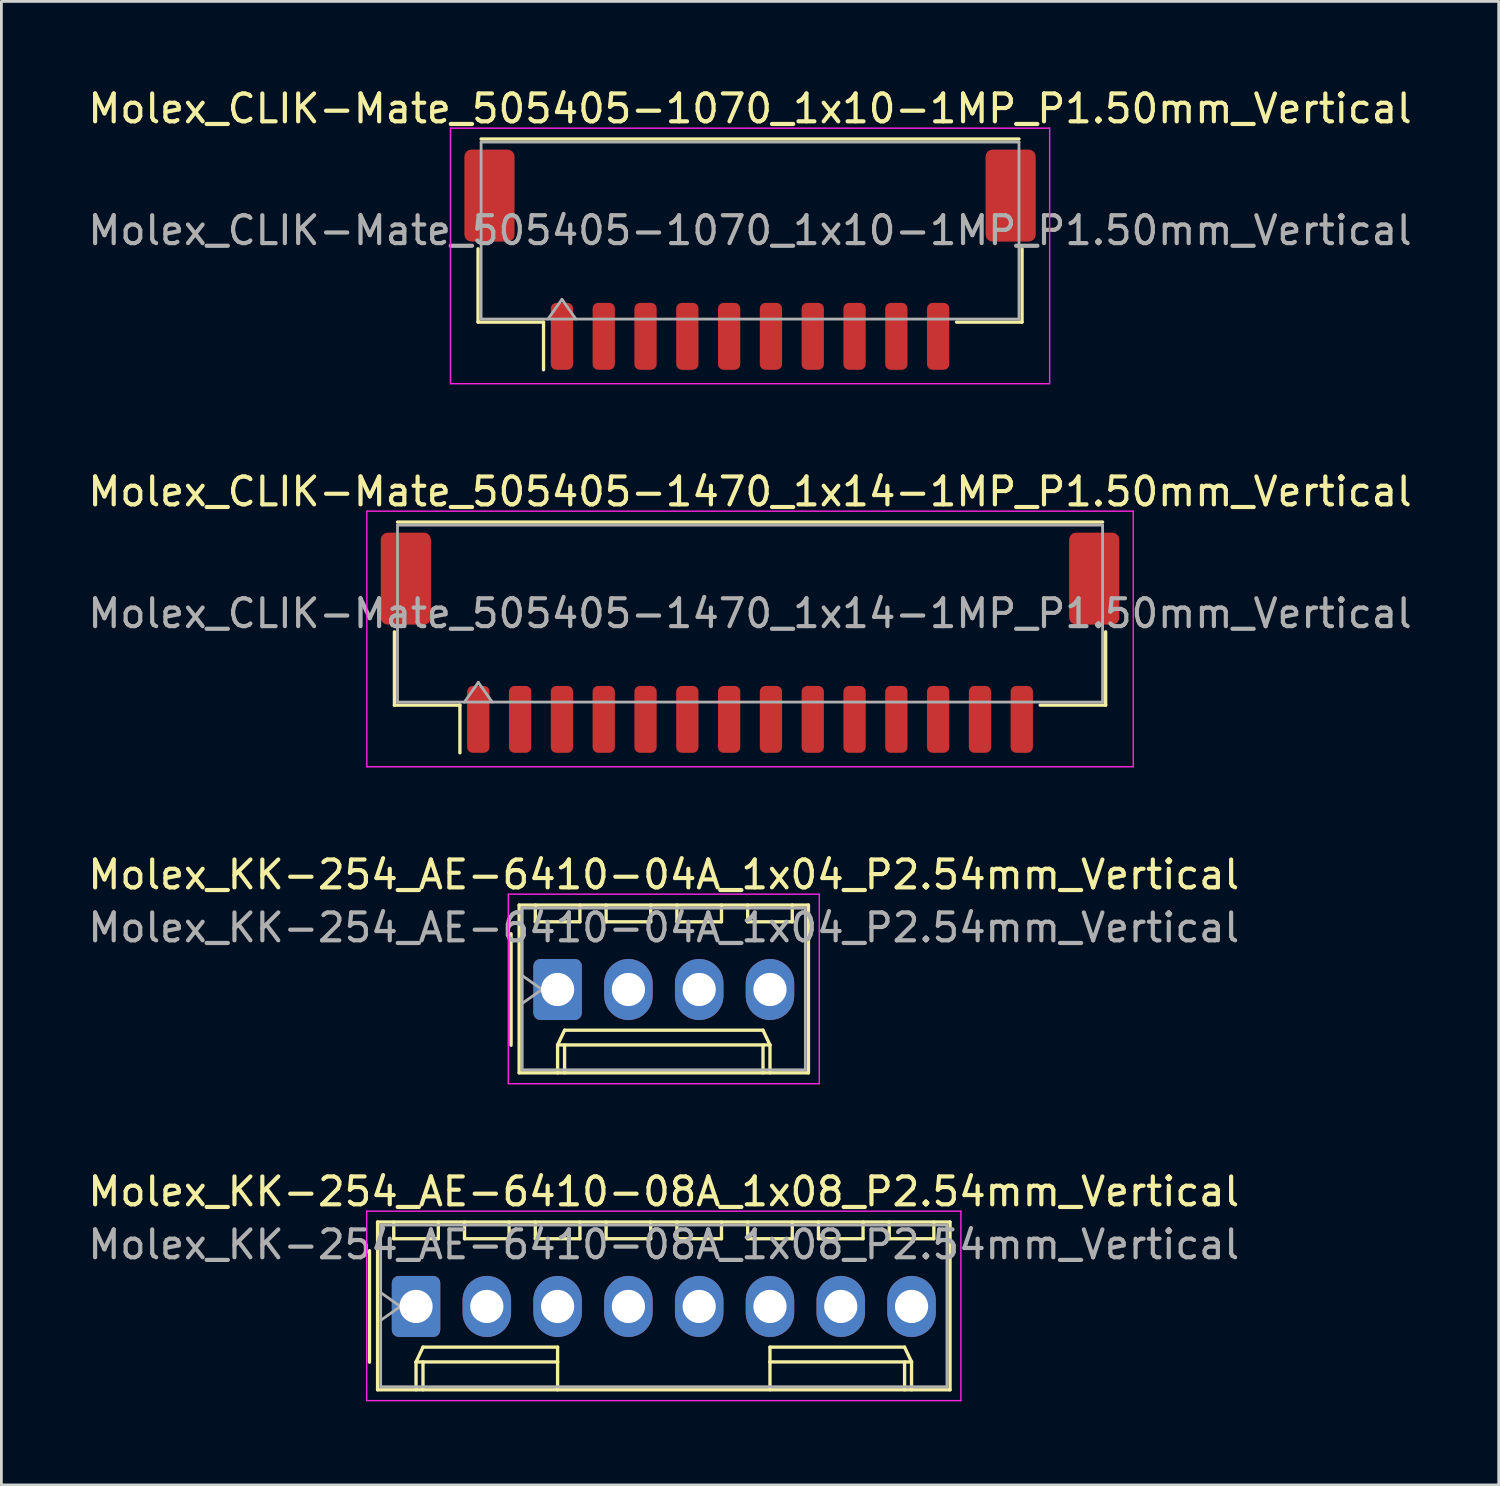
<source format=kicad_pcb>
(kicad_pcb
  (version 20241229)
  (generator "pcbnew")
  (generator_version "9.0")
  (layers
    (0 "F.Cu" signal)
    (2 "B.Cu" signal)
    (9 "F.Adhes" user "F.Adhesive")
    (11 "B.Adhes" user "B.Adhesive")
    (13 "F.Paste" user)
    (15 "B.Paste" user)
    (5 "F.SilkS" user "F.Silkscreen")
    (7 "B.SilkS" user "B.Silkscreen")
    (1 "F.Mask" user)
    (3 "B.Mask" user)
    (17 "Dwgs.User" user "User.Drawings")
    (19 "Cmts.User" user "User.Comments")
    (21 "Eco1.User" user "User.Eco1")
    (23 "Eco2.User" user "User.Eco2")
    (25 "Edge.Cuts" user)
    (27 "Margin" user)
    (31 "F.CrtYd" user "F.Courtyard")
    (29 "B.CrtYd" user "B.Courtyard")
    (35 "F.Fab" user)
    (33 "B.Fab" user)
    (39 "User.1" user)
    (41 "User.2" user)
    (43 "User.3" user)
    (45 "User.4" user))
  (footprint "Molex_CLIK-Mate_505405-1470_1x14-1MP_P1.50mm_Vertical"
    (layer "F.Cu")
    (at 23.863 20.012)
    (property "Reference" "Molex_CLIK-Mate_505405-1470_1x14-1MP_P1.50mm_Vertical" (at 0 -5.42 0) (layer "F.SilkS") (effects (font (size 1 1) (thickness 0.15))))
    (attr smd)
    (fp_line (start -12.76 -0.39) (end -12.76 2.24) (stroke (width 0.12) (type solid)) (layer "F.SilkS"))
    (fp_line (start -12.76 2.24) (end -10.41 2.24) (stroke (width 0.12) (type solid)) (layer "F.SilkS"))
    (fp_line (start -12.65 -4.33) (end 12.65 -4.33) (stroke (width 0.12) (type solid)) (layer "F.SilkS"))
    (fp_line (start -10.41 2.24) (end -10.41 3.95) (stroke (width 0.12) (type solid)) (layer "F.SilkS"))
    (fp_line (start 12.76 -0.39) (end 12.76 2.24) (stroke (width 0.12) (type solid)) (layer "F.SilkS"))
    (fp_line (start 12.76 2.24) (end 10.41 2.24) (stroke (width 0.12) (type solid)) (layer "F.SilkS"))
    (fp_line (start -13.75 -4.72) (end -13.75 4.45) (stroke (width 0.05) (type solid)) (layer "F.CrtYd"))
    (fp_line (start -13.75 4.45) (end 13.75 4.45) (stroke (width 0.05) (type solid)) (layer "F.CrtYd"))
    (fp_line (start 13.75 -4.72) (end -13.75 -4.72) (stroke (width 0.05) (type solid)) (layer "F.CrtYd"))
    (fp_line (start 13.75 4.45) (end 13.75 -4.72) (stroke (width 0.05) (type solid)) (layer "F.CrtYd"))
    (fp_line (start -12.65 -4.22) (end 12.65 -4.22) (stroke (width 0.1) (type solid)) (layer "F.Fab"))
    (fp_line (start -12.65 2.13) (end -12.65 -4.22) (stroke (width 0.1) (type solid)) (layer "F.Fab"))
    (fp_line (start -12.65 2.13) (end 12.65 2.13) (stroke (width 0.1) (type solid)) (layer "F.Fab"))
    (fp_line (start -10.25 2.13) (end -9.75 1.423) (stroke (width 0.1) (type solid)) (layer "F.Fab"))
    (fp_line (start -9.75 1.423) (end -9.25 2.13) (stroke (width 0.1) (type solid)) (layer "F.Fab"))
    (fp_line (start 12.65 2.13) (end 12.65 -4.22) (stroke (width 0.1) (type solid)) (layer "F.Fab"))
    (fp_text user "${REFERENCE}" (at 0 -1.05 0) (layer "F.Fab") (effects (font (size 1 1) (thickness 0.15))))
    (pad "1" smd roundrect (at -9.75 2.75) (size 0.8 2.4) (layers "F.Cu" "F.Mask" "F.Paste") (roundrect_rratio 0.25))
    (pad "2" smd roundrect (at -8.25 2.75) (size 0.8 2.4) (layers "F.Cu" "F.Mask" "F.Paste") (roundrect_rratio 0.25))
    (pad "3" smd roundrect (at -6.75 2.75) (size 0.8 2.4) (layers "F.Cu" "F.Mask" "F.Paste") (roundrect_rratio 0.25))
    (pad "4" smd roundrect (at -5.25 2.75) (size 0.8 2.4) (layers "F.Cu" "F.Mask" "F.Paste") (roundrect_rratio 0.25))
    (pad "5" smd roundrect (at -3.75 2.75) (size 0.8 2.4) (layers "F.Cu" "F.Mask" "F.Paste") (roundrect_rratio 0.25))
    (pad "6" smd roundrect (at -2.25 2.75) (size 0.8 2.4) (layers "F.Cu" "F.Mask" "F.Paste") (roundrect_rratio 0.25))
    (pad "7" smd roundrect (at -0.75 2.75) (size 0.8 2.4) (layers "F.Cu" "F.Mask" "F.Paste") (roundrect_rratio 0.25))
    (pad "8" smd roundrect (at 0.75 2.75) (size 0.8 2.4) (layers "F.Cu" "F.Mask" "F.Paste") (roundrect_rratio 0.25))
    (pad "9" smd roundrect (at 2.25 2.75) (size 0.8 2.4) (layers "F.Cu" "F.Mask" "F.Paste") (roundrect_rratio 0.25))
    (pad "10" smd roundrect (at 3.75 2.75) (size 0.8 2.4) (layers "F.Cu" "F.Mask" "F.Paste") (roundrect_rratio 0.25))
    (pad "11" smd roundrect (at 5.25 2.75) (size 0.8 2.4) (layers "F.Cu" "F.Mask" "F.Paste") (roundrect_rratio 0.25))
    (pad "12" smd roundrect (at 6.75 2.75) (size 0.8 2.4) (layers "F.Cu" "F.Mask" "F.Paste") (roundrect_rratio 0.25))
    (pad "13" smd roundrect (at 8.25 2.75) (size 0.8 2.4) (layers "F.Cu" "F.Mask" "F.Paste") (roundrect_rratio 0.25))
    (pad "14" smd roundrect (at 9.75 2.75) (size 0.8 2.4) (layers "F.Cu" "F.Mask" "F.Paste") (roundrect_rratio 0.25))
    (pad "MP" smd roundrect (at -12.35 -2.3) (size 1.8 3.3) (layers "F.Cu" "F.Mask" "F.Paste") (roundrect_rratio 0.139))
    (pad "MP" smd roundrect (at 12.35 -2.3) (size 1.8 3.3) (layers "F.Cu" "F.Mask" "F.Paste") (roundrect_rratio 0.139)))
  (footprint "Molex_CLIK-Mate_505405-1070_1x10-1MP_P1.50mm_Vertical"
    (layer "F.Cu")
    (at 23.863 6.268)
    (property "Reference" "Molex_CLIK-Mate_505405-1070_1x10-1MP_P1.50mm_Vertical" (at 0 -5.42 0) (layer "F.SilkS") (effects (font (size 1 1) (thickness 0.15))))
    (attr smd)
    (fp_line (start -9.76 -0.39) (end -9.76 2.24) (stroke (width 0.12) (type solid)) (layer "F.SilkS"))
    (fp_line (start -9.76 2.24) (end -7.41 2.24) (stroke (width 0.12) (type solid)) (layer "F.SilkS"))
    (fp_line (start -9.65 -4.33) (end 9.65 -4.33) (stroke (width 0.12) (type solid)) (layer "F.SilkS"))
    (fp_line (start -7.41 2.24) (end -7.41 3.95) (stroke (width 0.12) (type solid)) (layer "F.SilkS"))
    (fp_line (start 9.76 -0.39) (end 9.76 2.24) (stroke (width 0.12) (type solid)) (layer "F.SilkS"))
    (fp_line (start 9.76 2.24) (end 7.41 2.24) (stroke (width 0.12) (type solid)) (layer "F.SilkS"))
    (fp_line (start -10.75 -4.72) (end -10.75 4.45) (stroke (width 0.05) (type solid)) (layer "F.CrtYd"))
    (fp_line (start -10.75 4.45) (end 10.75 4.45) (stroke (width 0.05) (type solid)) (layer "F.CrtYd"))
    (fp_line (start 10.75 -4.72) (end -10.75 -4.72) (stroke (width 0.05) (type solid)) (layer "F.CrtYd"))
    (fp_line (start 10.75 4.45) (end 10.75 -4.72) (stroke (width 0.05) (type solid)) (layer "F.CrtYd"))
    (fp_line (start -9.65 -4.22) (end 9.65 -4.22) (stroke (width 0.1) (type solid)) (layer "F.Fab"))
    (fp_line (start -9.65 2.13) (end -9.65 -4.22) (stroke (width 0.1) (type solid)) (layer "F.Fab"))
    (fp_line (start -9.65 2.13) (end 9.65 2.13) (stroke (width 0.1) (type solid)) (layer "F.Fab"))
    (fp_line (start -7.25 2.13) (end -6.75 1.423) (stroke (width 0.1) (type solid)) (layer "F.Fab"))
    (fp_line (start -6.75 1.423) (end -6.25 2.13) (stroke (width 0.1) (type solid)) (layer "F.Fab"))
    (fp_line (start 9.65 2.13) (end 9.65 -4.22) (stroke (width 0.1) (type solid)) (layer "F.Fab"))
    (fp_text user "${REFERENCE}" (at 0 -1.05 0) (layer "F.Fab") (effects (font (size 1 1) (thickness 0.15))))
    (pad "1" smd roundrect (at -6.75 2.75) (size 0.8 2.4) (layers "F.Cu" "F.Mask" "F.Paste") (roundrect_rratio 0.25))
    (pad "2" smd roundrect (at -5.25 2.75) (size 0.8 2.4) (layers "F.Cu" "F.Mask" "F.Paste") (roundrect_rratio 0.25))
    (pad "3" smd roundrect (at -3.75 2.75) (size 0.8 2.4) (layers "F.Cu" "F.Mask" "F.Paste") (roundrect_rratio 0.25))
    (pad "4" smd roundrect (at -2.25 2.75) (size 0.8 2.4) (layers "F.Cu" "F.Mask" "F.Paste") (roundrect_rratio 0.25))
    (pad "5" smd roundrect (at -0.75 2.75) (size 0.8 2.4) (layers "F.Cu" "F.Mask" "F.Paste") (roundrect_rratio 0.25))
    (pad "6" smd roundrect (at 0.75 2.75) (size 0.8 2.4) (layers "F.Cu" "F.Mask" "F.Paste") (roundrect_rratio 0.25))
    (pad "7" smd roundrect (at 2.25 2.75) (size 0.8 2.4) (layers "F.Cu" "F.Mask" "F.Paste") (roundrect_rratio 0.25))
    (pad "8" smd roundrect (at 3.75 2.75) (size 0.8 2.4) (layers "F.Cu" "F.Mask" "F.Paste") (roundrect_rratio 0.25))
    (pad "9" smd roundrect (at 5.25 2.75) (size 0.8 2.4) (layers "F.Cu" "F.Mask" "F.Paste") (roundrect_rratio 0.25))
    (pad "10" smd roundrect (at 6.75 2.75) (size 0.8 2.4) (layers "F.Cu" "F.Mask" "F.Paste") (roundrect_rratio 0.25))
    (pad "MP" smd roundrect (at -9.35 -2.3) (size 1.8 3.3) (layers "F.Cu" "F.Mask" "F.Paste") (roundrect_rratio 0.139))
    (pad "MP" smd roundrect (at 9.35 -2.3) (size 1.8 3.3) (layers "F.Cu" "F.Mask" "F.Paste") (roundrect_rratio 0.139)))
  (footprint "Molex_KK-254_AE-6410-04A_1x04_P2.54mm_Vertical"
    (layer "F.Cu")
    (at 16.958 32.455)
    (property "Reference" "Molex_KK-254_AE-6410-04A_1x04_P2.54mm_Vertical" (at 3.81 -4.12 0) (layer "F.SilkS") (effects (font (size 1 1) (thickness 0.15))))
    (attr through_hole)
    (fp_line (start -1.67 -2) (end -1.67 2) (stroke (width 0.12) (type solid)) (layer "F.SilkS"))
    (fp_line (start -1.38 -3.03) (end -1.38 2.99) (stroke (width 0.12) (type solid)) (layer "F.SilkS"))
    (fp_line (start -1.38 2.99) (end 9 2.99) (stroke (width 0.12) (type solid)) (layer "F.SilkS"))
    (fp_line (start -0.8 -3.03) (end -0.8 -2.43) (stroke (width 0.12) (type solid)) (layer "F.SilkS"))
    (fp_line (start -0.8 -2.43) (end 0.8 -2.43) (stroke (width 0.12) (type solid)) (layer "F.SilkS"))
    (fp_line (start 0 1.99) (end 0.25 1.46) (stroke (width 0.12) (type solid)) (layer "F.SilkS"))
    (fp_line (start 0 1.99) (end 7.62 1.99) (stroke (width 0.12) (type solid)) (layer "F.SilkS"))
    (fp_line (start 0 2.99) (end 0 1.99) (stroke (width 0.12) (type solid)) (layer "F.SilkS"))
    (fp_line (start 0.25 1.46) (end 7.37 1.46) (stroke (width 0.12) (type solid)) (layer "F.SilkS"))
    (fp_line (start 0.25 2.99) (end 0.25 1.99) (stroke (width 0.12) (type solid)) (layer "F.SilkS"))
    (fp_line (start 0.8 -2.43) (end 0.8 -3.03) (stroke (width 0.12) (type solid)) (layer "F.SilkS"))
    (fp_line (start 1.74 -3.03) (end 1.74 -2.43) (stroke (width 0.12) (type solid)) (layer "F.SilkS"))
    (fp_line (start 1.74 -2.43) (end 3.34 -2.43) (stroke (width 0.12) (type solid)) (layer "F.SilkS"))
    (fp_line (start 3.34 -2.43) (end 3.34 -3.03) (stroke (width 0.12) (type solid)) (layer "F.SilkS"))
    (fp_line (start 4.28 -3.03) (end 4.28 -2.43) (stroke (width 0.12) (type solid)) (layer "F.SilkS"))
    (fp_line (start 4.28 -2.43) (end 5.88 -2.43) (stroke (width 0.12) (type solid)) (layer "F.SilkS"))
    (fp_line (start 5.88 -2.43) (end 5.88 -3.03) (stroke (width 0.12) (type solid)) (layer "F.SilkS"))
    (fp_line (start 6.82 -3.03) (end 6.82 -2.43) (stroke (width 0.12) (type solid)) (layer "F.SilkS"))
    (fp_line (start 6.82 -2.43) (end 8.42 -2.43) (stroke (width 0.12) (type solid)) (layer "F.SilkS"))
    (fp_line (start 7.37 1.46) (end 7.62 1.99) (stroke (width 0.12) (type solid)) (layer "F.SilkS"))
    (fp_line (start 7.37 2.99) (end 7.37 1.99) (stroke (width 0.12) (type solid)) (layer "F.SilkS"))
    (fp_line (start 7.62 1.99) (end 7.62 2.99) (stroke (width 0.12) (type solid)) (layer "F.SilkS"))
    (fp_line (start 8.42 -2.43) (end 8.42 -3.03) (stroke (width 0.12) (type solid)) (layer "F.SilkS"))
    (fp_line (start 9 -3.03) (end -1.38 -3.03) (stroke (width 0.12) (type solid)) (layer "F.SilkS"))
    (fp_line (start 9 2.99) (end 9 -3.03) (stroke (width 0.12) (type solid)) (layer "F.SilkS"))
    (fp_line (start -1.77 -3.42) (end -1.77 3.38) (stroke (width 0.05) (type solid)) (layer "F.CrtYd"))
    (fp_line (start -1.77 3.38) (end 9.39 3.38) (stroke (width 0.05) (type solid)) (layer "F.CrtYd"))
    (fp_line (start 9.39 -3.42) (end -1.77 -3.42) (stroke (width 0.05) (type solid)) (layer "F.CrtYd"))
    (fp_line (start 9.39 3.38) (end 9.39 -3.42) (stroke (width 0.05) (type solid)) (layer "F.CrtYd"))
    (fp_line (start -1.27 -2.92) (end -1.27 2.88) (stroke (width 0.1) (type solid)) (layer "F.Fab"))
    (fp_line (start -1.27 -0.5) (end -0.563 0) (stroke (width 0.1) (type solid)) (layer "F.Fab"))
    (fp_line (start -1.27 2.88) (end 8.89 2.88) (stroke (width 0.1) (type solid)) (layer "F.Fab"))
    (fp_line (start -0.563 0) (end -1.27 0.5) (stroke (width 0.1) (type solid)) (layer "F.Fab"))
    (fp_line (start 8.89 -2.92) (end -1.27 -2.92) (stroke (width 0.1) (type solid)) (layer "F.Fab"))
    (fp_line (start 8.89 2.88) (end 8.89 -2.92) (stroke (width 0.1) (type solid)) (layer "F.Fab"))
    (fp_text user "${REFERENCE}" (at 3.81 -2.22 0) (layer "F.Fab") (effects (font (size 1 1) (thickness 0.15))))
    (pad "1" thru_hole roundrect (at 0 0) (size 1.74 2.19) (drill 1.19) (layers "*.Cu" "*.Mask") (roundrect_rratio 0.144))
    (pad "2" thru_hole oval (at 2.54 0) (size 1.74 2.19) (drill 1.19) (layers "*.Cu" "*.Mask"))
    (pad "3" thru_hole oval (at 5.08 0) (size 1.74 2.19) (drill 1.19) (layers "*.Cu" "*.Mask"))
    (pad "4" thru_hole oval (at 7.62 0) (size 1.74 2.19) (drill 1.19) (layers "*.Cu" "*.Mask")))
  (footprint "Molex_KK-254_AE-6410-08A_1x08_P2.54mm_Vertical"
    (layer "F.Cu")
    (at 11.878 43.828)
    (property "Reference" "Molex_KK-254_AE-6410-08A_1x08_P2.54mm_Vertical" (at 8.89 -4.12 0) (layer "F.SilkS") (effects (font (size 1 1) (thickness 0.15))))
    (attr through_hole)
    (fp_line (start -1.67 -2) (end -1.67 2) (stroke (width 0.12) (type solid)) (layer "F.SilkS"))
    (fp_line (start -1.38 -3.03) (end -1.38 2.99) (stroke (width 0.12) (type solid)) (layer "F.SilkS"))
    (fp_line (start -1.38 2.99) (end 19.16 2.99) (stroke (width 0.12) (type solid)) (layer "F.SilkS"))
    (fp_line (start -0.8 -3.03) (end -0.8 -2.43) (stroke (width 0.12) (type solid)) (layer "F.SilkS"))
    (fp_line (start -0.8 -2.43) (end 0.8 -2.43) (stroke (width 0.12) (type solid)) (layer "F.SilkS"))
    (fp_line (start 0 1.99) (end 0.25 1.46) (stroke (width 0.12) (type solid)) (layer "F.SilkS"))
    (fp_line (start 0 1.99) (end 5.08 1.99) (stroke (width 0.12) (type solid)) (layer "F.SilkS"))
    (fp_line (start 0 2.99) (end 0 1.99) (stroke (width 0.12) (type solid)) (layer "F.SilkS"))
    (fp_line (start 0.25 1.46) (end 5.08 1.46) (stroke (width 0.12) (type solid)) (layer "F.SilkS"))
    (fp_line (start 0.25 2.99) (end 0.25 1.99) (stroke (width 0.12) (type solid)) (layer "F.SilkS"))
    (fp_line (start 0.8 -2.43) (end 0.8 -3.03) (stroke (width 0.12) (type solid)) (layer "F.SilkS"))
    (fp_line (start 1.74 -3.03) (end 1.74 -2.43) (stroke (width 0.12) (type solid)) (layer "F.SilkS"))
    (fp_line (start 1.74 -2.43) (end 3.34 -2.43) (stroke (width 0.12) (type solid)) (layer "F.SilkS"))
    (fp_line (start 3.34 -2.43) (end 3.34 -3.03) (stroke (width 0.12) (type solid)) (layer "F.SilkS"))
    (fp_line (start 4.28 -3.03) (end 4.28 -2.43) (stroke (width 0.12) (type solid)) (layer "F.SilkS"))
    (fp_line (start 4.28 -2.43) (end 5.88 -2.43) (stroke (width 0.12) (type solid)) (layer "F.SilkS"))
    (fp_line (start 5.08 1.46) (end 5.08 1.99) (stroke (width 0.12) (type solid)) (layer "F.SilkS"))
    (fp_line (start 5.08 1.99) (end 5.08 2.99) (stroke (width 0.12) (type solid)) (layer "F.SilkS"))
    (fp_line (start 5.88 -2.43) (end 5.88 -3.03) (stroke (width 0.12) (type solid)) (layer "F.SilkS"))
    (fp_line (start 6.82 -3.03) (end 6.82 -2.43) (stroke (width 0.12) (type solid)) (layer "F.SilkS"))
    (fp_line (start 6.82 -2.43) (end 8.42 -2.43) (stroke (width 0.12) (type solid)) (layer "F.SilkS"))
    (fp_line (start 8.42 -2.43) (end 8.42 -3.03) (stroke (width 0.12) (type solid)) (layer "F.SilkS"))
    (fp_line (start 9.36 -3.03) (end 9.36 -2.43) (stroke (width 0.12) (type solid)) (layer "F.SilkS"))
    (fp_line (start 9.36 -2.43) (end 10.96 -2.43) (stroke (width 0.12) (type solid)) (layer "F.SilkS"))
    (fp_line (start 10.96 -2.43) (end 10.96 -3.03) (stroke (width 0.12) (type solid)) (layer "F.SilkS"))
    (fp_line (start 11.9 -3.03) (end 11.9 -2.43) (stroke (width 0.12) (type solid)) (layer "F.SilkS"))
    (fp_line (start 11.9 -2.43) (end 13.5 -2.43) (stroke (width 0.12) (type solid)) (layer "F.SilkS"))
    (fp_line (start 12.7 1.46) (end 12.7 1.99) (stroke (width 0.12) (type solid)) (layer "F.SilkS"))
    (fp_line (start 12.7 1.99) (end 12.7 2.99) (stroke (width 0.12) (type solid)) (layer "F.SilkS"))
    (fp_line (start 13.5 -2.43) (end 13.5 -3.03) (stroke (width 0.12) (type solid)) (layer "F.SilkS"))
    (fp_line (start 14.44 -3.03) (end 14.44 -2.43) (stroke (width 0.12) (type solid)) (layer "F.SilkS"))
    (fp_line (start 14.44 -2.43) (end 16.04 -2.43) (stroke (width 0.12) (type solid)) (layer "F.SilkS"))
    (fp_line (start 16.04 -2.43) (end 16.04 -3.03) (stroke (width 0.12) (type solid)) (layer "F.SilkS"))
    (fp_line (start 16.98 -3.03) (end 16.98 -2.43) (stroke (width 0.12) (type solid)) (layer "F.SilkS"))
    (fp_line (start 16.98 -2.43) (end 18.58 -2.43) (stroke (width 0.12) (type solid)) (layer "F.SilkS"))
    (fp_line (start 17.53 1.46) (end 12.7 1.46) (stroke (width 0.12) (type solid)) (layer "F.SilkS"))
    (fp_line (start 17.53 2.99) (end 17.53 1.99) (stroke (width 0.12) (type solid)) (layer "F.SilkS"))
    (fp_line (start 17.78 1.99) (end 12.7 1.99) (stroke (width 0.12) (type solid)) (layer "F.SilkS"))
    (fp_line (start 17.78 1.99) (end 17.53 1.46) (stroke (width 0.12) (type solid)) (layer "F.SilkS"))
    (fp_line (start 17.78 2.99) (end 17.78 1.99) (stroke (width 0.12) (type solid)) (layer "F.SilkS"))
    (fp_line (start 18.58 -2.43) (end 18.58 -3.03) (stroke (width 0.12) (type solid)) (layer "F.SilkS"))
    (fp_line (start 19.16 -3.03) (end -1.38 -3.03) (stroke (width 0.12) (type solid)) (layer "F.SilkS"))
    (fp_line (start 19.16 2.99) (end 19.16 -3.03) (stroke (width 0.12) (type solid)) (layer "F.SilkS"))
    (fp_line (start -1.77 -3.42) (end -1.77 3.38) (stroke (width 0.05) (type solid)) (layer "F.CrtYd"))
    (fp_line (start -1.77 3.38) (end 19.55 3.38) (stroke (width 0.05) (type solid)) (layer "F.CrtYd"))
    (fp_line (start 19.55 -3.42) (end -1.77 -3.42) (stroke (width 0.05) (type solid)) (layer "F.CrtYd"))
    (fp_line (start 19.55 3.38) (end 19.55 -3.42) (stroke (width 0.05) (type solid)) (layer "F.CrtYd"))
    (fp_line (start -1.27 -2.92) (end -1.27 2.88) (stroke (width 0.1) (type solid)) (layer "F.Fab"))
    (fp_line (start -1.27 -0.5) (end -0.563 0) (stroke (width 0.1) (type solid)) (layer "F.Fab"))
    (fp_line (start -1.27 2.88) (end 19.05 2.88) (stroke (width 0.1) (type solid)) (layer "F.Fab"))
    (fp_line (start -0.563 0) (end -1.27 0.5) (stroke (width 0.1) (type solid)) (layer "F.Fab"))
    (fp_line (start 19.05 -2.92) (end -1.27 -2.92) (stroke (width 0.1) (type solid)) (layer "F.Fab"))
    (fp_line (start 19.05 2.88) (end 19.05 -2.92) (stroke (width 0.1) (type solid)) (layer "F.Fab"))
    (fp_text user "${REFERENCE}" (at 8.89 -2.22 0) (layer "F.Fab") (effects (font (size 1 1) (thickness 0.15))))
    (pad "1" thru_hole roundrect (at 0 0) (size 1.74 2.19) (drill 1.19) (layers "*.Cu" "*.Mask") (roundrect_rratio 0.144))
    (pad "2" thru_hole oval (at 2.54 0) (size 1.74 2.19) (drill 1.19) (layers "*.Cu" "*.Mask"))
    (pad "3" thru_hole oval (at 5.08 0) (size 1.74 2.19) (drill 1.19) (layers "*.Cu" "*.Mask"))
    (pad "4" thru_hole oval (at 7.62 0) (size 1.74 2.19) (drill 1.19) (layers "*.Cu" "*.Mask"))
    (pad "5" thru_hole oval (at 10.16 0) (size 1.74 2.19) (drill 1.19) (layers "*.Cu" "*.Mask"))
    (pad "6" thru_hole oval (at 12.7 0) (size 1.74 2.19) (drill 1.19) (layers "*.Cu" "*.Mask"))
    (pad "7" thru_hole oval (at 15.24 0) (size 1.74 2.19) (drill 1.19) (layers "*.Cu" "*.Mask"))
    (pad "8" thru_hole oval (at 17.78 0) (size 1.74 2.19) (drill 1.19) (layers "*.Cu" "*.Mask")))
  (gr_rect
    (start -3 -3)
    (end 50.726 50.233)
    (stroke (width 0.1) (type default))
    (fill no)
    (layer "Edge.Cuts")))
</source>
